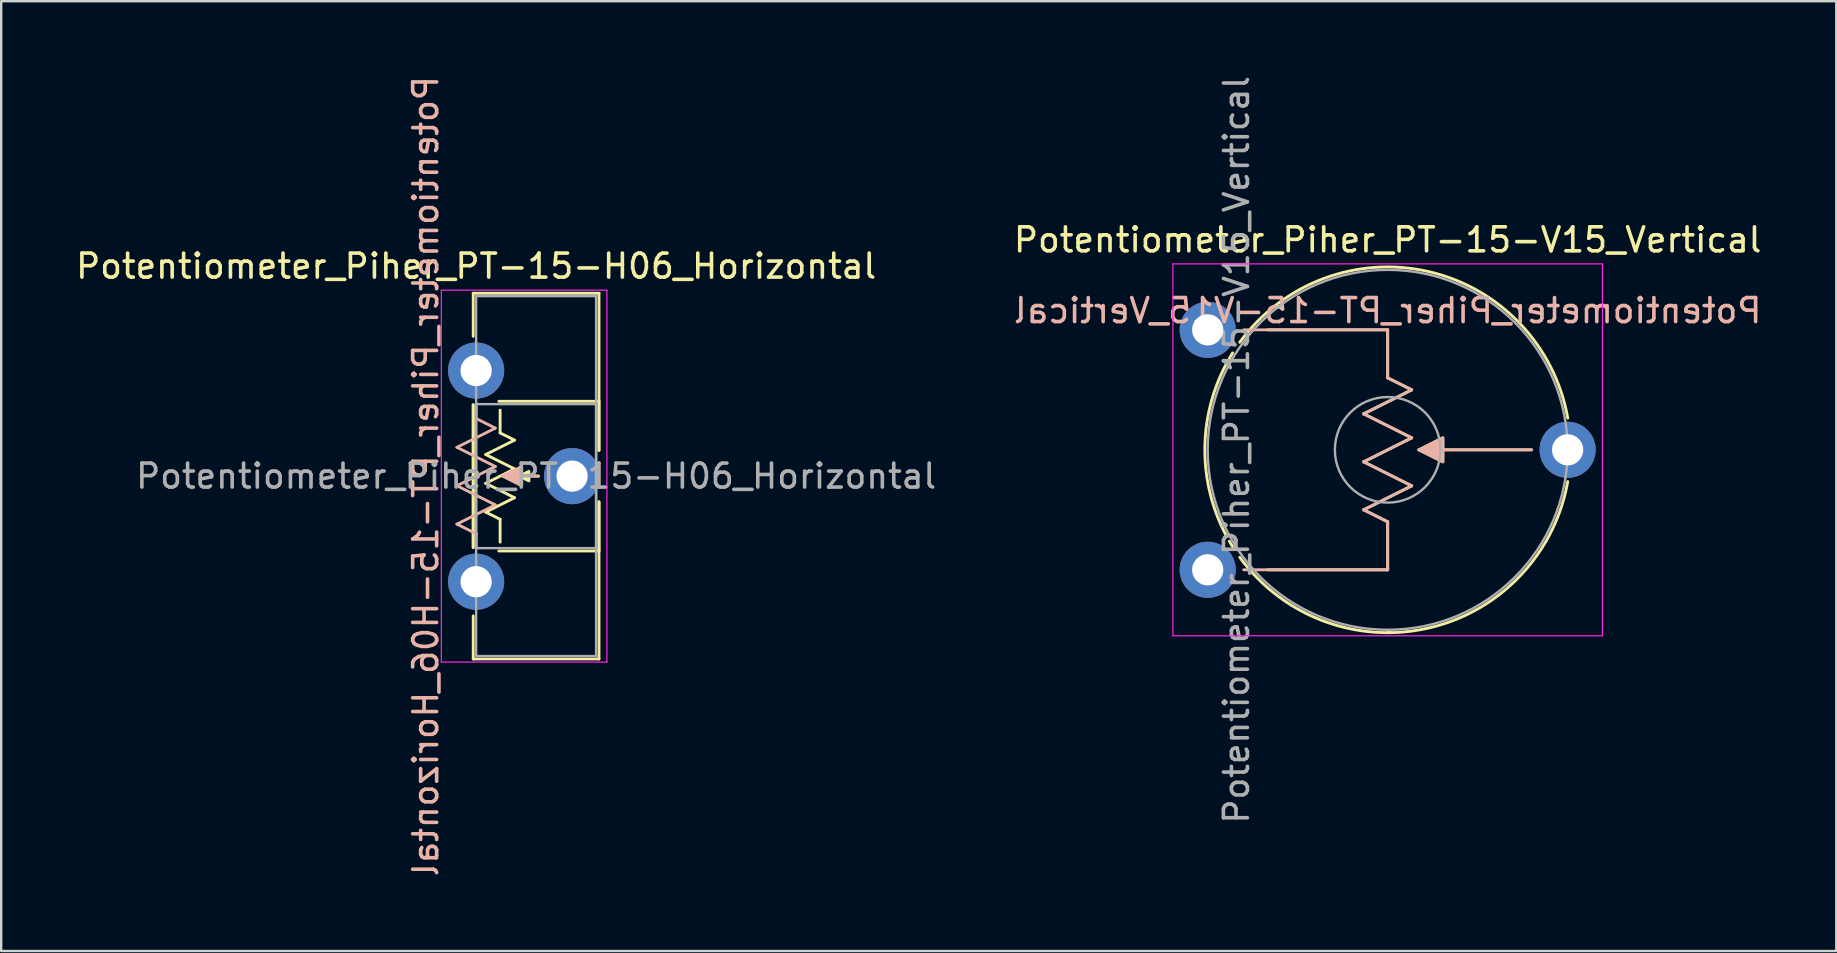
<source format=kicad_pcb>
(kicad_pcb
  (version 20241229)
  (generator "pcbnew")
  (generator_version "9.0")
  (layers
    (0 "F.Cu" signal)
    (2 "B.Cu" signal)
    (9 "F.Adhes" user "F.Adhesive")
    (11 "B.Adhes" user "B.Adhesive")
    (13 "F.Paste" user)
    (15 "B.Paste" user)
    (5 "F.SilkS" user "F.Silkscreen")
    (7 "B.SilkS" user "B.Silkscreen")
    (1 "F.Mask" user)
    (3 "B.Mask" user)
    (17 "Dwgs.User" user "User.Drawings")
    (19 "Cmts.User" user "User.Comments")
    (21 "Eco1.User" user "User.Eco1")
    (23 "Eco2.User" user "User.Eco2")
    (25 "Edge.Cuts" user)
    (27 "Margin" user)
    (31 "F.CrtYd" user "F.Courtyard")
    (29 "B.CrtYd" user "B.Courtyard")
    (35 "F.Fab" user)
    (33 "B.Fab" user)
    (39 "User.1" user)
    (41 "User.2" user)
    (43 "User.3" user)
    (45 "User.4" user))
  (footprint "Potentiometer_Piher_PT-15-H06_Horizontal"
    (layer "F.Cu")
    (at 16.792 12.392)
    (property "Reference" "Potentiometer_Piher_PT-15-H06_Horizontal" (at 0 -4.35 0) (layer "F.SilkS") (effects (font (size 1 1) (thickness 0.15))))
    (attr through_hole)
    (fp_line (start -0.121 -3.22) (end -0.121 -1.426) (stroke (width 0.12) (type solid)) (layer "F.SilkS"))
    (fp_line (start -0.121 -3.22) (end 5.12 -3.22) (stroke (width 0.12) (type solid)) (layer "F.SilkS"))
    (fp_line (start -0.121 1.426) (end -0.121 7.376) (stroke (width 0.12) (type solid)) (layer "F.SilkS"))
    (fp_line (start -0.121 1.426) (end -0.121 7.376) (stroke (width 0.12) (type solid)) (layer "F.SilkS"))
    (fp_line (start -0.121 10.226) (end -0.121 12.02) (stroke (width 0.12) (type solid)) (layer "F.SilkS"))
    (fp_line (start -0.121 12.02) (end 5.12 12.02) (stroke (width 0.12) (type solid)) (layer "F.SilkS"))
    (fp_line (start 0.4 3.5) (end 1.6 4.1) (stroke (width 0.12) (type solid)) (layer "F.SilkS"))
    (fp_line (start 0.4 4.7) (end 1.6 5.3) (stroke (width 0.12) (type solid)) (layer "F.SilkS"))
    (fp_line (start 0.4 5.9) (end 1 6.2) (stroke (width 0.12) (type solid)) (layer "F.SilkS"))
    (fp_line (start 0.948 1.281) (end 5.12 1.281) (stroke (width 0.12) (type solid)) (layer "F.SilkS"))
    (fp_line (start 0.948 7.52) (end 5.12 7.52) (stroke (width 0.12) (type solid)) (layer "F.SilkS"))
    (fp_line (start 1 2.6) (end 1 1.65) (stroke (width 0.12) (type solid)) (layer "F.SilkS"))
    (fp_line (start 1 2.6) (end 1.6 2.9) (stroke (width 0.12) (type solid)) (layer "F.SilkS"))
    (fp_line (start 1 6.2) (end 1 7.15) (stroke (width 0.12) (type solid)) (layer "F.SilkS"))
    (fp_line (start 1.6 2.9) (end 0.4 3.5) (stroke (width 0.12) (type solid)) (layer "F.SilkS"))
    (fp_line (start 1.6 4.1) (end 0.4 4.7) (stroke (width 0.12) (type solid)) (layer "F.SilkS"))
    (fp_line (start 1.6 5.3) (end 0.4 5.9) (stroke (width 0.12) (type solid)) (layer "F.SilkS"))
    (fp_line (start 2.6 4.4) (end 1.8 4.4) (stroke (width 0.12) (type solid)) (layer "F.SilkS"))
    (fp_line (start 5.12 -3.22) (end 5.12 3.328) (stroke (width 0.12) (type solid)) (layer "F.SilkS"))
    (fp_line (start 5.12 1.281) (end 5.12 3.328) (stroke (width 0.12) (type solid)) (layer "F.SilkS"))
    (fp_line (start 5.12 5.473) (end 5.12 7.52) (stroke (width 0.12) (type solid)) (layer "F.SilkS"))
    (fp_line (start 5.12 5.473) (end 5.12 12.02) (stroke (width 0.12) (type solid)) (layer "F.SilkS"))
    (fp_poly (pts (xy 2.2 4.6) (xy 1.8 4.4) (xy 2.2 4.2)) (stroke (width 0.12) (type solid)) (fill yes) (layer "F.SilkS"))
    (fp_line (start -0.8 3.2) (end 0 2.8) (stroke (width 0.12) (type solid)) (layer "B.SilkS"))
    (fp_line (start -0.8 4.8) (end 0 4.4) (stroke (width 0.12) (type solid)) (layer "B.SilkS"))
    (fp_line (start -0.8 6.4) (end 0 6) (stroke (width 0.12) (type solid)) (layer "B.SilkS"))
    (fp_line (start 0 1.5) (end 0 2) (stroke (width 0.12) (type solid)) (layer "B.SilkS"))
    (fp_line (start 0 2) (end 0.8 2.4) (stroke (width 0.12) (type solid)) (layer "B.SilkS"))
    (fp_line (start 0 3.6) (end -0.8 3.2) (stroke (width 0.12) (type solid)) (layer "B.SilkS"))
    (fp_line (start 0 3.6) (end 0.8 4) (stroke (width 0.12) (type solid)) (layer "B.SilkS"))
    (fp_line (start 0 5.2) (end -0.8 4.8) (stroke (width 0.12) (type solid)) (layer "B.SilkS"))
    (fp_line (start 0 5.2) (end 0.8 5.6) (stroke (width 0.12) (type solid)) (layer "B.SilkS"))
    (fp_line (start 0 6.8) (end -0.8 6.4) (stroke (width 0.12) (type solid)) (layer "B.SilkS"))
    (fp_line (start 0 6.8) (end 0 7.3) (stroke (width 0.12) (type solid)) (layer "B.SilkS"))
    (fp_line (start 0.8 2.4) (end 0 2.8) (stroke (width 0.12) (type solid)) (layer "B.SilkS"))
    (fp_line (start 0.8 4) (end 0 4.4) (stroke (width 0.12) (type solid)) (layer "B.SilkS"))
    (fp_line (start 0.8 5.6) (end 0 6) (stroke (width 0.12) (type solid)) (layer "B.SilkS"))
    (fp_line (start 2.6 4.4) (end 1.1 4.4) (stroke (width 0.12) (type solid)) (layer "B.SilkS"))
    (fp_poly (pts (xy 1.9 4.8) (xy 1.1 4.4) (xy 1.9 4)) (stroke (width 0.12) (type solid)) (fill yes) (layer "B.SilkS"))
    (fp_line (start -1.45 -3.35) (end -1.45 12.15) (stroke (width 0.05) (type solid)) (layer "F.CrtYd"))
    (fp_line (start -1.45 12.15) (end 5.45 12.15) (stroke (width 0.05) (type solid)) (layer "F.CrtYd"))
    (fp_line (start 5.45 -3.35) (end -1.45 -3.35) (stroke (width 0.05) (type solid)) (layer "F.CrtYd"))
    (fp_line (start 5.45 12.15) (end 5.45 -3.35) (stroke (width 0.05) (type solid)) (layer "F.CrtYd"))
    (fp_line (start 0 -3.1) (end 5 -3.1) (stroke (width 0.1) (type solid)) (layer "F.Fab"))
    (fp_line (start 0 1.4) (end 0 7.4) (stroke (width 0.1) (type solid)) (layer "F.Fab"))
    (fp_line (start 0 7.4) (end 5 7.4) (stroke (width 0.1) (type solid)) (layer "F.Fab"))
    (fp_line (start 0 11.9) (end 0 -3.1) (stroke (width 0.1) (type solid)) (layer "F.Fab"))
    (fp_line (start 5 -3.1) (end 5 11.9) (stroke (width 0.1) (type solid)) (layer "F.Fab"))
    (fp_line (start 5 1.4) (end 0 1.4) (stroke (width 0.1) (type solid)) (layer "F.Fab"))
    (fp_line (start 5 7.4) (end 5 1.4) (stroke (width 0.1) (type solid)) (layer "F.Fab"))
    (fp_line (start 5 11.9) (end 0 11.9) (stroke (width 0.1) (type solid)) (layer "F.Fab"))
    (fp_text user "${REFERENCE}" (at -2.1 4.4 90) (unlocked yes) (layer "B.SilkS") (effects (font (size 1 1) (thickness 0.15)) (justify mirror)))
    (fp_text user "${REFERENCE}" (at 2.5 4.4 0) (layer "F.Fab") (effects (font (size 1 1) (thickness 0.15))))
    (pad "1" thru_hole circle (at 0 0) (size 2.34 2.34) (drill 1.3) (layers "*.Cu" "*.Mask"))
    (pad "2" thru_hole circle (at 4 4.4) (size 2.34 2.34) (drill 1.3) (layers "*.Cu" "*.Mask"))
    (pad "3" thru_hole circle (at 0 8.8) (size 2.34 2.34) (drill 1.3) (layers "*.Cu" "*.Mask")))
  (footprint "Potentiometer_Piher_PT-15-V15_Vertical"
    (layer "F.Cu")
    (at 47.28 20.696)
    (property "Reference" "Potentiometer_Piher_PT-15-V15_Vertical" (at 7.5 -13.75 0) (layer "F.SilkS") (effects (font (size 1 1) (thickness 0.15))))
    (attr through_hole)
    (fp_line (start 2.5 -10) (end 7.5 -10) (stroke (width 0.12) (type solid)) (layer "F.SilkS"))
    (fp_line (start 6.5 -6.5) (end 8.5 -5.5) (stroke (width 0.12) (type solid)) (layer "F.SilkS"))
    (fp_line (start 6.5 -4.5) (end 8.5 -3.5) (stroke (width 0.12) (type solid)) (layer "F.SilkS"))
    (fp_line (start 6.5 -2.5) (end 7.5 -2) (stroke (width 0.12) (type solid)) (layer "F.SilkS"))
    (fp_line (start 7.5 -10) (end 7.5 -8) (stroke (width 0.12) (type solid)) (layer "F.SilkS"))
    (fp_line (start 7.5 -8) (end 8.5 -7.5) (stroke (width 0.12) (type solid)) (layer "F.SilkS"))
    (fp_line (start 7.5 -2) (end 7.5 0) (stroke (width 0.12) (type solid)) (layer "F.SilkS"))
    (fp_line (start 7.5 0) (end 2.5 0) (stroke (width 0.12) (type solid)) (layer "F.SilkS"))
    (fp_line (start 8.5 -7.5) (end 6.5 -6.5) (stroke (width 0.12) (type solid)) (layer "F.SilkS"))
    (fp_line (start 8.5 -5.5) (end 6.5 -4.5) (stroke (width 0.12) (type solid)) (layer "F.SilkS"))
    (fp_line (start 8.5 -3.5) (end 6.5 -2.5) (stroke (width 0.12) (type solid)) (layer "F.SilkS"))
    (fp_line (start 9.3 -5) (end 13.5 -5) (stroke (width 0.12) (type solid)) (layer "F.SilkS"))
    (fp_arc (start 0.772013 -1.423856) (mid -0.119358 -5.001051) (end 0.773 -8.578) (stroke (width 0.12) (type solid)) (layer "F.SilkS"))
    (fp_arc (start 0.902012 -8.810055) (mid 0.969511 -8.924625) (end 1.039 -9.038) (stroke (width 0.12) (type solid)) (layer "F.SilkS"))
    (fp_arc (start 1.037952 -0.963019) (mid 0.968481 -1.076412) (end 0.901 -1.191) (stroke (width 0.12) (type solid)) (layer "F.SilkS"))
    (fp_arc (start 1.335622 -9.480307) (mid 9.21553 -12.424935) (end 15.005 -6.322) (stroke (width 0.12) (type solid)) (layer "F.SilkS"))
    (fp_arc (start 7.632064 2.618548) (mid 4.099288 1.818715) (end 1.335 -0.522) (stroke (width 0.12) (type solid)) (layer "F.SilkS"))
    (fp_arc (start 15.004235 -3.676801) (mid 12.398042 0.837259) (end 7.5 2.62) (stroke (width 0.12) (type solid)) (layer "F.SilkS"))
    (fp_poly (pts (xy 9.8 -4.5) (xy 8.8 -5) (xy 9.8 -5.5)) (stroke (width 0.12) (type solid)) (fill yes) (layer "F.SilkS"))
    (fp_line (start 1.5 -10) (end 7.5 -10) (stroke (width 0.12) (type solid)) (layer "B.SilkS"))
    (fp_line (start 6.5 -6.5) (end 8.5 -5.5) (stroke (width 0.12) (type solid)) (layer "B.SilkS"))
    (fp_line (start 6.5 -4.5) (end 8.5 -3.5) (stroke (width 0.12) (type solid)) (layer "B.SilkS"))
    (fp_line (start 6.5 -2.5) (end 7.5 -2) (stroke (width 0.12) (type solid)) (layer "B.SilkS"))
    (fp_line (start 7.5 -10) (end 7.5 -8) (stroke (width 0.12) (type solid)) (layer "B.SilkS"))
    (fp_line (start 7.5 -8) (end 8.5 -7.5) (stroke (width 0.12) (type solid)) (layer "B.SilkS"))
    (fp_line (start 7.5 -2) (end 7.5 0) (stroke (width 0.12) (type solid)) (layer "B.SilkS"))
    (fp_line (start 7.5 0) (end 1.5 0) (stroke (width 0.12) (type solid)) (layer "B.SilkS"))
    (fp_line (start 8.5 -7.5) (end 6.5 -6.5) (stroke (width 0.12) (type solid)) (layer "B.SilkS"))
    (fp_line (start 8.5 -5.5) (end 6.5 -4.5) (stroke (width 0.12) (type solid)) (layer "B.SilkS"))
    (fp_line (start 8.5 -3.5) (end 6.5 -2.5) (stroke (width 0.12) (type solid)) (layer "B.SilkS"))
    (fp_line (start 13.5 -5) (end 8.8 -5) (stroke (width 0.12) (type solid)) (layer "B.SilkS"))
    (fp_poly (pts (xy 9.8 -4.5) (xy 8.8 -5) (xy 9.8 -5.5)) (stroke (width 0.12) (type solid)) (fill yes) (layer "B.SilkS"))
    (fp_line (start -1.45 -12.75) (end -1.45 2.75) (stroke (width 0.05) (type solid)) (layer "F.CrtYd"))
    (fp_line (start -1.45 2.75) (end 16.45 2.75) (stroke (width 0.05) (type solid)) (layer "F.CrtYd"))
    (fp_line (start 16.45 -12.75) (end -1.45 -12.75) (stroke (width 0.05) (type solid)) (layer "F.CrtYd"))
    (fp_line (start 16.45 2.75) (end 16.45 -12.75) (stroke (width 0.05) (type solid)) (layer "F.CrtYd"))
    (fp_circle (center 7.5 -5) (end 9.7 -5) (stroke (width 0.1) (type solid)) (fill no) (layer "F.Fab"))
    (fp_circle (center 7.5 -5) (end 15 -5) (stroke (width 0.1) (type solid)) (fill no) (layer "F.Fab"))
    (fp_text user "${REFERENCE}" (at 7.5 -10.8 0) (unlocked yes) (layer "B.SilkS") (effects (font (size 1 1) (thickness 0.15)) (justify mirror)))
    (fp_text user "${REFERENCE}" (at 1.2 -5 90) (layer "F.Fab") (effects (font (size 1 1) (thickness 0.15))))
    (pad "1" thru_hole circle (at 0 0) (size 2.34 2.34) (drill 1.3) (layers "*.Cu" "*.Mask"))
    (pad "2" thru_hole circle (at 15 -5) (size 2.34 2.34) (drill 1.3) (layers "*.Cu" "*.Mask"))
    (pad "3" thru_hole circle (at 0 -10) (size 2.34 2.34) (drill 1.3) (layers "*.Cu" "*.Mask")))
  (gr_rect
    (start -3 -3)
    (end 73.476 36.583)
    (stroke (width 0.1) (type default))
    (fill no)
    (layer "Edge.Cuts")))
</source>
